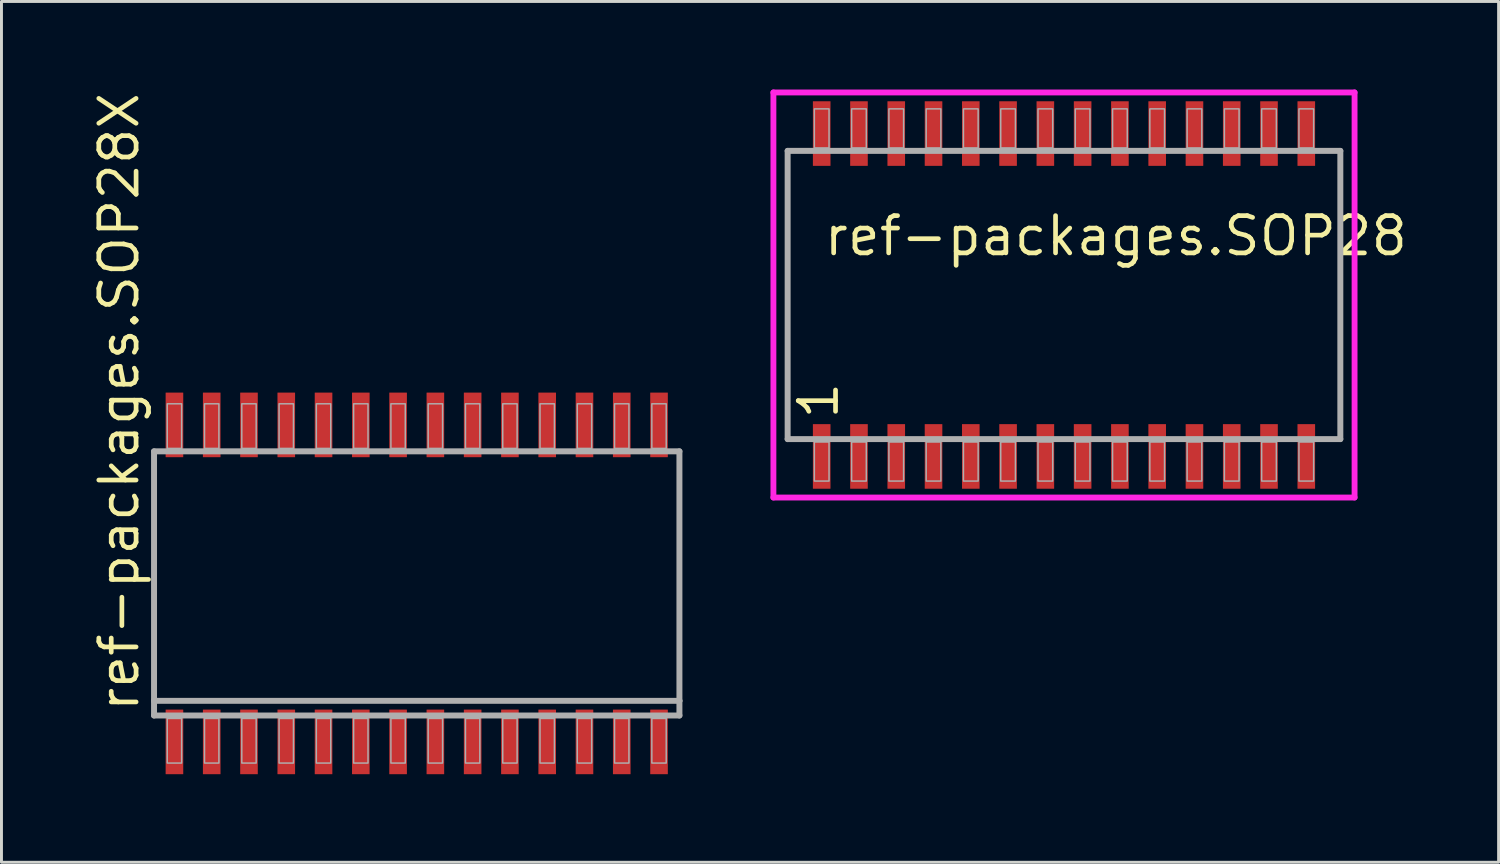
<source format=kicad_pcb>
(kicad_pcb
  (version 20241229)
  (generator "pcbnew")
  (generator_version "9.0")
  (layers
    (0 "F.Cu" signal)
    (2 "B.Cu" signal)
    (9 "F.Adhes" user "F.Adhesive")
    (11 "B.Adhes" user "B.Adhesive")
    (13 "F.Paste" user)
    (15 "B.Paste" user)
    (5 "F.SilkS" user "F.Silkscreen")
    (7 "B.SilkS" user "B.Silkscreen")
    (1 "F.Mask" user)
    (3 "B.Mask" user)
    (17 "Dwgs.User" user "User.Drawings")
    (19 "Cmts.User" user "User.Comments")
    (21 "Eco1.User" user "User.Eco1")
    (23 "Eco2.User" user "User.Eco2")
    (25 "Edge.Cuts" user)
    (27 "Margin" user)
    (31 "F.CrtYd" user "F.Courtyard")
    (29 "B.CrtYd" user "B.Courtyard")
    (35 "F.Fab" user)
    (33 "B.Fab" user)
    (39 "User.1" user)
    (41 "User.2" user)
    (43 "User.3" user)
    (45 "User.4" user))
  (footprint "ref-packages.SOP28X"
    (layer "F.Cu")
    (at 11.148 16.827)
    (property "Reference" "ref-packages.SOP28X" (at -9.398 4.445 90) (layer "F.SilkS") (effects (font (size 1.27 1.27) (thickness 0.16)) (justify left bottom)))
    (attr smd)
    (fp_line (start -8.95 -4.5) (end 8.95 -4.5) (stroke (width 0.203) (type default)) (layer "F.Fab"))
    (fp_line (start -8.95 4) (end -8.95 -4.5) (stroke (width 0.203) (type default)) (layer "F.Fab"))
    (fp_line (start -8.95 4.5) (end -8.95 4) (stroke (width 0.203) (type default)) (layer "F.Fab"))
    (fp_line (start 8.95 -4.5) (end 8.95 4) (stroke (width 0.203) (type default)) (layer "F.Fab"))
    (fp_line (start 8.95 4) (end -8.95 4) (stroke (width 0.203) (type default)) (layer "F.Fab"))
    (fp_line (start 8.95 4) (end 8.95 4.5) (stroke (width 0.203) (type default)) (layer "F.Fab"))
    (fp_line (start 8.95 4.5) (end -8.95 4.5) (stroke (width 0.203) (type default)) (layer "F.Fab"))
    (fp_rect (start -8.5 -4.6) (end -8.01 -6.12) (stroke (width 0.05) (type default)) (fill no) (layer "F.Fab"))
    (fp_rect (start -8.5 6.12) (end -8.01 4.6) (stroke (width 0.05) (type default)) (fill no) (layer "F.Fab"))
    (fp_rect (start -7.23 -4.6) (end -6.74 -6.12) (stroke (width 0.05) (type default)) (fill no) (layer "F.Fab"))
    (fp_rect (start -7.23 6.12) (end -6.74 4.6) (stroke (width 0.05) (type default)) (fill no) (layer "F.Fab"))
    (fp_rect (start -5.96 -4.6) (end -5.47 -6.12) (stroke (width 0.05) (type default)) (fill no) (layer "F.Fab"))
    (fp_rect (start -5.96 6.12) (end -5.47 4.6) (stroke (width 0.05) (type default)) (fill no) (layer "F.Fab"))
    (fp_rect (start -4.69 -4.6) (end -4.2 -6.12) (stroke (width 0.05) (type default)) (fill no) (layer "F.Fab"))
    (fp_rect (start -4.69 6.12) (end -4.2 4.6) (stroke (width 0.05) (type default)) (fill no) (layer "F.Fab"))
    (fp_rect (start -3.42 -4.6) (end -2.93 -6.12) (stroke (width 0.05) (type default)) (fill no) (layer "F.Fab"))
    (fp_rect (start -3.42 6.12) (end -2.93 4.6) (stroke (width 0.05) (type default)) (fill no) (layer "F.Fab"))
    (fp_rect (start -2.15 -4.6) (end -1.66 -6.12) (stroke (width 0.05) (type default)) (fill no) (layer "F.Fab"))
    (fp_rect (start -2.15 6.12) (end -1.66 4.6) (stroke (width 0.05) (type default)) (fill no) (layer "F.Fab"))
    (fp_rect (start -0.88 -4.6) (end -0.39 -6.12) (stroke (width 0.05) (type default)) (fill no) (layer "F.Fab"))
    (fp_rect (start -0.88 6.12) (end -0.39 4.6) (stroke (width 0.05) (type default)) (fill no) (layer "F.Fab"))
    (fp_rect (start 0.39 -4.6) (end 0.88 -6.12) (stroke (width 0.05) (type default)) (fill no) (layer "F.Fab"))
    (fp_rect (start 0.39 6.12) (end 0.88 4.6) (stroke (width 0.05) (type default)) (fill no) (layer "F.Fab"))
    (fp_rect (start 1.66 -4.6) (end 2.15 -6.12) (stroke (width 0.05) (type default)) (fill no) (layer "F.Fab"))
    (fp_rect (start 1.66 6.12) (end 2.15 4.6) (stroke (width 0.05) (type default)) (fill no) (layer "F.Fab"))
    (fp_rect (start 2.93 -4.6) (end 3.42 -6.12) (stroke (width 0.05) (type default)) (fill no) (layer "F.Fab"))
    (fp_rect (start 2.93 6.12) (end 3.42 4.6) (stroke (width 0.05) (type default)) (fill no) (layer "F.Fab"))
    (fp_rect (start 4.2 -4.6) (end 4.69 -6.12) (stroke (width 0.05) (type default)) (fill no) (layer "F.Fab"))
    (fp_rect (start 4.2 6.12) (end 4.69 4.6) (stroke (width 0.05) (type default)) (fill no) (layer "F.Fab"))
    (fp_rect (start 5.47 -4.6) (end 5.96 -6.12) (stroke (width 0.05) (type default)) (fill no) (layer "F.Fab"))
    (fp_rect (start 5.47 6.12) (end 5.96 4.6) (stroke (width 0.05) (type default)) (fill no) (layer "F.Fab"))
    (fp_rect (start 6.74 -4.6) (end 7.23 -6.12) (stroke (width 0.05) (type default)) (fill no) (layer "F.Fab"))
    (fp_rect (start 6.74 6.12) (end 7.23 4.6) (stroke (width 0.05) (type default)) (fill no) (layer "F.Fab"))
    (fp_rect (start 8.01 -4.6) (end 8.5 -6.12) (stroke (width 0.05) (type default)) (fill no) (layer "F.Fab"))
    (fp_rect (start 8.01 6.12) (end 8.5 4.6) (stroke (width 0.05) (type default)) (fill no) (layer "F.Fab"))
    (pad "1" smd roundrect (at -8.255 5.4) (size 0.6 2.2) (layers "F.Cu" "F.Mask" "F.Paste") (roundrect_rratio 0.01))
    (pad "2" smd roundrect (at -6.985 5.4) (size 0.6 2.2) (layers "F.Cu" "F.Mask" "F.Paste") (roundrect_rratio 0.01))
    (pad "3" smd roundrect (at -5.715 5.4) (size 0.6 2.2) (layers "F.Cu" "F.Mask" "F.Paste") (roundrect_rratio 0.01))
    (pad "4" smd roundrect (at -4.445 5.4) (size 0.6 2.2) (layers "F.Cu" "F.Mask" "F.Paste") (roundrect_rratio 0.01))
    (pad "5" smd roundrect (at -3.175 5.4) (size 0.6 2.2) (layers "F.Cu" "F.Mask" "F.Paste") (roundrect_rratio 0.01))
    (pad "6" smd roundrect (at -1.905 5.4) (size 0.6 2.2) (layers "F.Cu" "F.Mask" "F.Paste") (roundrect_rratio 0.01))
    (pad "7" smd roundrect (at -0.635 5.4) (size 0.6 2.2) (layers "F.Cu" "F.Mask" "F.Paste") (roundrect_rratio 0.01))
    (pad "8" smd roundrect (at 0.635 5.4) (size 0.6 2.2) (layers "F.Cu" "F.Mask" "F.Paste") (roundrect_rratio 0.01))
    (pad "9" smd roundrect (at 1.905 5.4) (size 0.6 2.2) (layers "F.Cu" "F.Mask" "F.Paste") (roundrect_rratio 0.01))
    (pad "10" smd roundrect (at 3.175 5.4) (size 0.6 2.2) (layers "F.Cu" "F.Mask" "F.Paste") (roundrect_rratio 0.01))
    (pad "11" smd roundrect (at 4.445 5.4) (size 0.6 2.2) (layers "F.Cu" "F.Mask" "F.Paste") (roundrect_rratio 0.01))
    (pad "12" smd roundrect (at 5.715 5.4) (size 0.6 2.2) (layers "F.Cu" "F.Mask" "F.Paste") (roundrect_rratio 0.01))
    (pad "13" smd roundrect (at 6.985 5.4) (size 0.6 2.2) (layers "F.Cu" "F.Mask" "F.Paste") (roundrect_rratio 0.01))
    (pad "14" smd roundrect (at 8.255 5.4) (size 0.6 2.2) (layers "F.Cu" "F.Mask" "F.Paste") (roundrect_rratio 0.01))
    (pad "15" smd roundrect (at 8.255 -5.4) (size 0.6 2.2) (layers "F.Cu" "F.Mask" "F.Paste") (roundrect_rratio 0.01))
    (pad "16" smd roundrect (at 6.985 -5.4) (size 0.6 2.2) (layers "F.Cu" "F.Mask" "F.Paste") (roundrect_rratio 0.01))
    (pad "17" smd roundrect (at 5.715 -5.4) (size 0.6 2.2) (layers "F.Cu" "F.Mask" "F.Paste") (roundrect_rratio 0.01))
    (pad "18" smd roundrect (at 4.445 -5.4) (size 0.6 2.2) (layers "F.Cu" "F.Mask" "F.Paste") (roundrect_rratio 0.01))
    (pad "19" smd roundrect (at 3.175 -5.4) (size 0.6 2.2) (layers "F.Cu" "F.Mask" "F.Paste") (roundrect_rratio 0.01))
    (pad "20" smd roundrect (at 1.905 -5.4) (size 0.6 2.2) (layers "F.Cu" "F.Mask" "F.Paste") (roundrect_rratio 0.01))
    (pad "21" smd roundrect (at 0.635 -5.4) (size 0.6 2.2) (layers "F.Cu" "F.Mask" "F.Paste") (roundrect_rratio 0.01))
    (pad "22" smd roundrect (at -0.635 -5.4) (size 0.6 2.2) (layers "F.Cu" "F.Mask" "F.Paste") (roundrect_rratio 0.01))
    (pad "23" smd roundrect (at -1.905 -5.4) (size 0.6 2.2) (layers "F.Cu" "F.Mask" "F.Paste") (roundrect_rratio 0.01))
    (pad "24" smd roundrect (at -3.175 -5.4) (size 0.6 2.2) (layers "F.Cu" "F.Mask" "F.Paste") (roundrect_rratio 0.01))
    (pad "25" smd roundrect (at -4.445 -5.4) (size 0.6 2.2) (layers "F.Cu" "F.Mask" "F.Paste") (roundrect_rratio 0.01))
    (pad "26" smd roundrect (at -5.715 -5.4) (size 0.6 2.2) (layers "F.Cu" "F.Mask" "F.Paste") (roundrect_rratio 0.01))
    (pad "27" smd roundrect (at -6.985 -5.4) (size 0.6 2.2) (layers "F.Cu" "F.Mask" "F.Paste") (roundrect_rratio 0.01))
    (pad "28" smd roundrect (at -8.255 -5.4) (size 0.6 2.2) (layers "F.Cu" "F.Mask" "F.Paste") (roundrect_rratio 0.01)))
  (footprint "ref-packages.SOP28"
    (layer "F.Cu")
    (at 33.2 7)
    (property "Reference" "ref-packages.SOP28" (at -8.255 -1.27 0) (layer "F.SilkS") (effects (font (size 1.27 1.27) (thickness 0.16)) (justify left bottom)))
    (attr smd)
    (fp_line (start -9.9 -6.9) (end 9.9 -6.9) (stroke (width 0.2) (type default)) (layer "F.CrtYd"))
    (fp_line (start -9.9 6.9) (end -9.9 -6.9) (stroke (width 0.2) (type default)) (layer "F.CrtYd"))
    (fp_line (start 9.9 -6.9) (end 9.9 6.9) (stroke (width 0.2) (type default)) (layer "F.CrtYd"))
    (fp_line (start 9.9 6.9) (end -9.9 6.9) (stroke (width 0.2) (type default)) (layer "F.CrtYd"))
    (fp_line (start -9.415 -4.91) (end 9.415 -4.91) (stroke (width 0.203) (type default)) (layer "F.Fab"))
    (fp_line (start -9.415 4.91) (end -9.415 -4.91) (stroke (width 0.203) (type default)) (layer "F.Fab"))
    (fp_line (start 9.415 -4.91) (end 9.415 4.91) (stroke (width 0.203) (type default)) (layer "F.Fab"))
    (fp_line (start 9.415 4.91) (end -9.415 4.91) (stroke (width 0.203) (type default)) (layer "F.Fab"))
    (fp_rect (start -8.505 -5.01) (end -8.005 -6.34) (stroke (width 0.05) (type default)) (fill no) (layer "F.Fab"))
    (fp_rect (start -8.505 6.34) (end -8.005 5.01) (stroke (width 0.05) (type default)) (fill no) (layer "F.Fab"))
    (fp_rect (start -7.235 -5.01) (end -6.735 -6.34) (stroke (width 0.05) (type default)) (fill no) (layer "F.Fab"))
    (fp_rect (start -7.235 6.34) (end -6.735 5.01) (stroke (width 0.05) (type default)) (fill no) (layer "F.Fab"))
    (fp_rect (start -5.965 -5.01) (end -5.465 -6.34) (stroke (width 0.05) (type default)) (fill no) (layer "F.Fab"))
    (fp_rect (start -5.965 6.34) (end -5.465 5.01) (stroke (width 0.05) (type default)) (fill no) (layer "F.Fab"))
    (fp_rect (start -4.695 -5.01) (end -4.195 -6.34) (stroke (width 0.05) (type default)) (fill no) (layer "F.Fab"))
    (fp_rect (start -4.695 6.34) (end -4.195 5.01) (stroke (width 0.05) (type default)) (fill no) (layer "F.Fab"))
    (fp_rect (start -3.425 -5.01) (end -2.925 -6.34) (stroke (width 0.05) (type default)) (fill no) (layer "F.Fab"))
    (fp_rect (start -3.425 6.34) (end -2.925 5.01) (stroke (width 0.05) (type default)) (fill no) (layer "F.Fab"))
    (fp_rect (start -2.155 -5.01) (end -1.655 -6.34) (stroke (width 0.05) (type default)) (fill no) (layer "F.Fab"))
    (fp_rect (start -2.155 6.34) (end -1.655 5.01) (stroke (width 0.05) (type default)) (fill no) (layer "F.Fab"))
    (fp_rect (start -0.885 -5.01) (end -0.385 -6.34) (stroke (width 0.05) (type default)) (fill no) (layer "F.Fab"))
    (fp_rect (start -0.885 6.34) (end -0.385 5.01) (stroke (width 0.05) (type default)) (fill no) (layer "F.Fab"))
    (fp_rect (start 0.385 -5.01) (end 0.885 -6.34) (stroke (width 0.05) (type default)) (fill no) (layer "F.Fab"))
    (fp_rect (start 0.385 6.34) (end 0.885 5.01) (stroke (width 0.05) (type default)) (fill no) (layer "F.Fab"))
    (fp_rect (start 1.655 -5.01) (end 2.155 -6.34) (stroke (width 0.05) (type default)) (fill no) (layer "F.Fab"))
    (fp_rect (start 1.655 6.34) (end 2.155 5.01) (stroke (width 0.05) (type default)) (fill no) (layer "F.Fab"))
    (fp_rect (start 2.925 -5.01) (end 3.425 -6.34) (stroke (width 0.05) (type default)) (fill no) (layer "F.Fab"))
    (fp_rect (start 2.925 6.34) (end 3.425 5.01) (stroke (width 0.05) (type default)) (fill no) (layer "F.Fab"))
    (fp_rect (start 4.195 -5.01) (end 4.695 -6.34) (stroke (width 0.05) (type default)) (fill no) (layer "F.Fab"))
    (fp_rect (start 4.195 6.34) (end 4.695 5.01) (stroke (width 0.05) (type default)) (fill no) (layer "F.Fab"))
    (fp_rect (start 5.465 -5.01) (end 5.965 -6.34) (stroke (width 0.05) (type default)) (fill no) (layer "F.Fab"))
    (fp_rect (start 5.465 6.34) (end 5.965 5.01) (stroke (width 0.05) (type default)) (fill no) (layer "F.Fab"))
    (fp_rect (start 6.735 -5.01) (end 7.235 -6.34) (stroke (width 0.05) (type default)) (fill no) (layer "F.Fab"))
    (fp_rect (start 6.735 6.34) (end 7.235 5.01) (stroke (width 0.05) (type default)) (fill no) (layer "F.Fab"))
    (fp_rect (start 8.005 -5.01) (end 8.505 -6.34) (stroke (width 0.05) (type default)) (fill no) (layer "F.Fab"))
    (fp_rect (start 8.005 6.34) (end 8.505 5.01) (stroke (width 0.05) (type default)) (fill no) (layer "F.Fab"))
    (fp_text user "1" (at -7.62 4.31 90) (layer "F.SilkS") (effects (font (size 1.27 1.27) (thickness 0.16)) (justify left bottom)))
    (pad "1" smd roundrect (at -8.255 5.5) (size 0.6 2.2) (layers "F.Cu" "F.Mask" "F.Paste") (roundrect_rratio 0.01))
    (pad "2" smd roundrect (at -6.985 5.5) (size 0.6 2.2) (layers "F.Cu" "F.Mask" "F.Paste") (roundrect_rratio 0.01))
    (pad "3" smd roundrect (at -5.715 5.5) (size 0.6 2.2) (layers "F.Cu" "F.Mask" "F.Paste") (roundrect_rratio 0.01))
    (pad "4" smd roundrect (at -4.445 5.5) (size 0.6 2.2) (layers "F.Cu" "F.Mask" "F.Paste") (roundrect_rratio 0.01))
    (pad "5" smd roundrect (at -3.175 5.5) (size 0.6 2.2) (layers "F.Cu" "F.Mask" "F.Paste") (roundrect_rratio 0.01))
    (pad "6" smd roundrect (at -1.905 5.5) (size 0.6 2.2) (layers "F.Cu" "F.Mask" "F.Paste") (roundrect_rratio 0.01))
    (pad "7" smd roundrect (at -0.635 5.5) (size 0.6 2.2) (layers "F.Cu" "F.Mask" "F.Paste") (roundrect_rratio 0.01))
    (pad "8" smd roundrect (at 0.635 5.5) (size 0.6 2.2) (layers "F.Cu" "F.Mask" "F.Paste") (roundrect_rratio 0.01))
    (pad "9" smd roundrect (at 1.905 5.5) (size 0.6 2.2) (layers "F.Cu" "F.Mask" "F.Paste") (roundrect_rratio 0.01))
    (pad "10" smd roundrect (at 3.175 5.5) (size 0.6 2.2) (layers "F.Cu" "F.Mask" "F.Paste") (roundrect_rratio 0.01))
    (pad "11" smd roundrect (at 4.445 5.5) (size 0.6 2.2) (layers "F.Cu" "F.Mask" "F.Paste") (roundrect_rratio 0.01))
    (pad "12" smd roundrect (at 5.715 5.5) (size 0.6 2.2) (layers "F.Cu" "F.Mask" "F.Paste") (roundrect_rratio 0.01))
    (pad "13" smd roundrect (at 6.985 5.5) (size 0.6 2.2) (layers "F.Cu" "F.Mask" "F.Paste") (roundrect_rratio 0.01))
    (pad "14" smd roundrect (at 8.255 5.5) (size 0.6 2.2) (layers "F.Cu" "F.Mask" "F.Paste") (roundrect_rratio 0.01))
    (pad "15" smd roundrect (at 8.255 -5.5) (size 0.6 2.2) (layers "F.Cu" "F.Mask" "F.Paste") (roundrect_rratio 0.01))
    (pad "16" smd roundrect (at 6.985 -5.5) (size 0.6 2.2) (layers "F.Cu" "F.Mask" "F.Paste") (roundrect_rratio 0.01))
    (pad "17" smd roundrect (at 5.715 -5.5) (size 0.6 2.2) (layers "F.Cu" "F.Mask" "F.Paste") (roundrect_rratio 0.01))
    (pad "18" smd roundrect (at 4.445 -5.5) (size 0.6 2.2) (layers "F.Cu" "F.Mask" "F.Paste") (roundrect_rratio 0.01))
    (pad "19" smd roundrect (at 3.175 -5.5) (size 0.6 2.2) (layers "F.Cu" "F.Mask" "F.Paste") (roundrect_rratio 0.01))
    (pad "20" smd roundrect (at 1.905 -5.5) (size 0.6 2.2) (layers "F.Cu" "F.Mask" "F.Paste") (roundrect_rratio 0.01))
    (pad "21" smd roundrect (at 0.635 -5.5) (size 0.6 2.2) (layers "F.Cu" "F.Mask" "F.Paste") (roundrect_rratio 0.01))
    (pad "22" smd roundrect (at -0.635 -5.5) (size 0.6 2.2) (layers "F.Cu" "F.Mask" "F.Paste") (roundrect_rratio 0.01))
    (pad "23" smd roundrect (at -1.905 -5.5) (size 0.6 2.2) (layers "F.Cu" "F.Mask" "F.Paste") (roundrect_rratio 0.01))
    (pad "24" smd roundrect (at -3.175 -5.5) (size 0.6 2.2) (layers "F.Cu" "F.Mask" "F.Paste") (roundrect_rratio 0.01))
    (pad "25" smd roundrect (at -4.445 -5.5) (size 0.6 2.2) (layers "F.Cu" "F.Mask" "F.Paste") (roundrect_rratio 0.01))
    (pad "26" smd roundrect (at -5.715 -5.5) (size 0.6 2.2) (layers "F.Cu" "F.Mask" "F.Paste") (roundrect_rratio 0.01))
    (pad "27" smd roundrect (at -6.985 -5.5) (size 0.6 2.2) (layers "F.Cu" "F.Mask" "F.Paste") (roundrect_rratio 0.01))
    (pad "28" smd roundrect (at -8.255 -5.5) (size 0.6 2.2) (layers "F.Cu" "F.Mask" "F.Paste") (roundrect_rratio 0.01)))
  (gr_rect
    (start -3 -3)
    (end 48.007 26.327)
    (stroke (width 0.1) (type default))
    (fill no)
    (layer "Edge.Cuts")))
</source>
